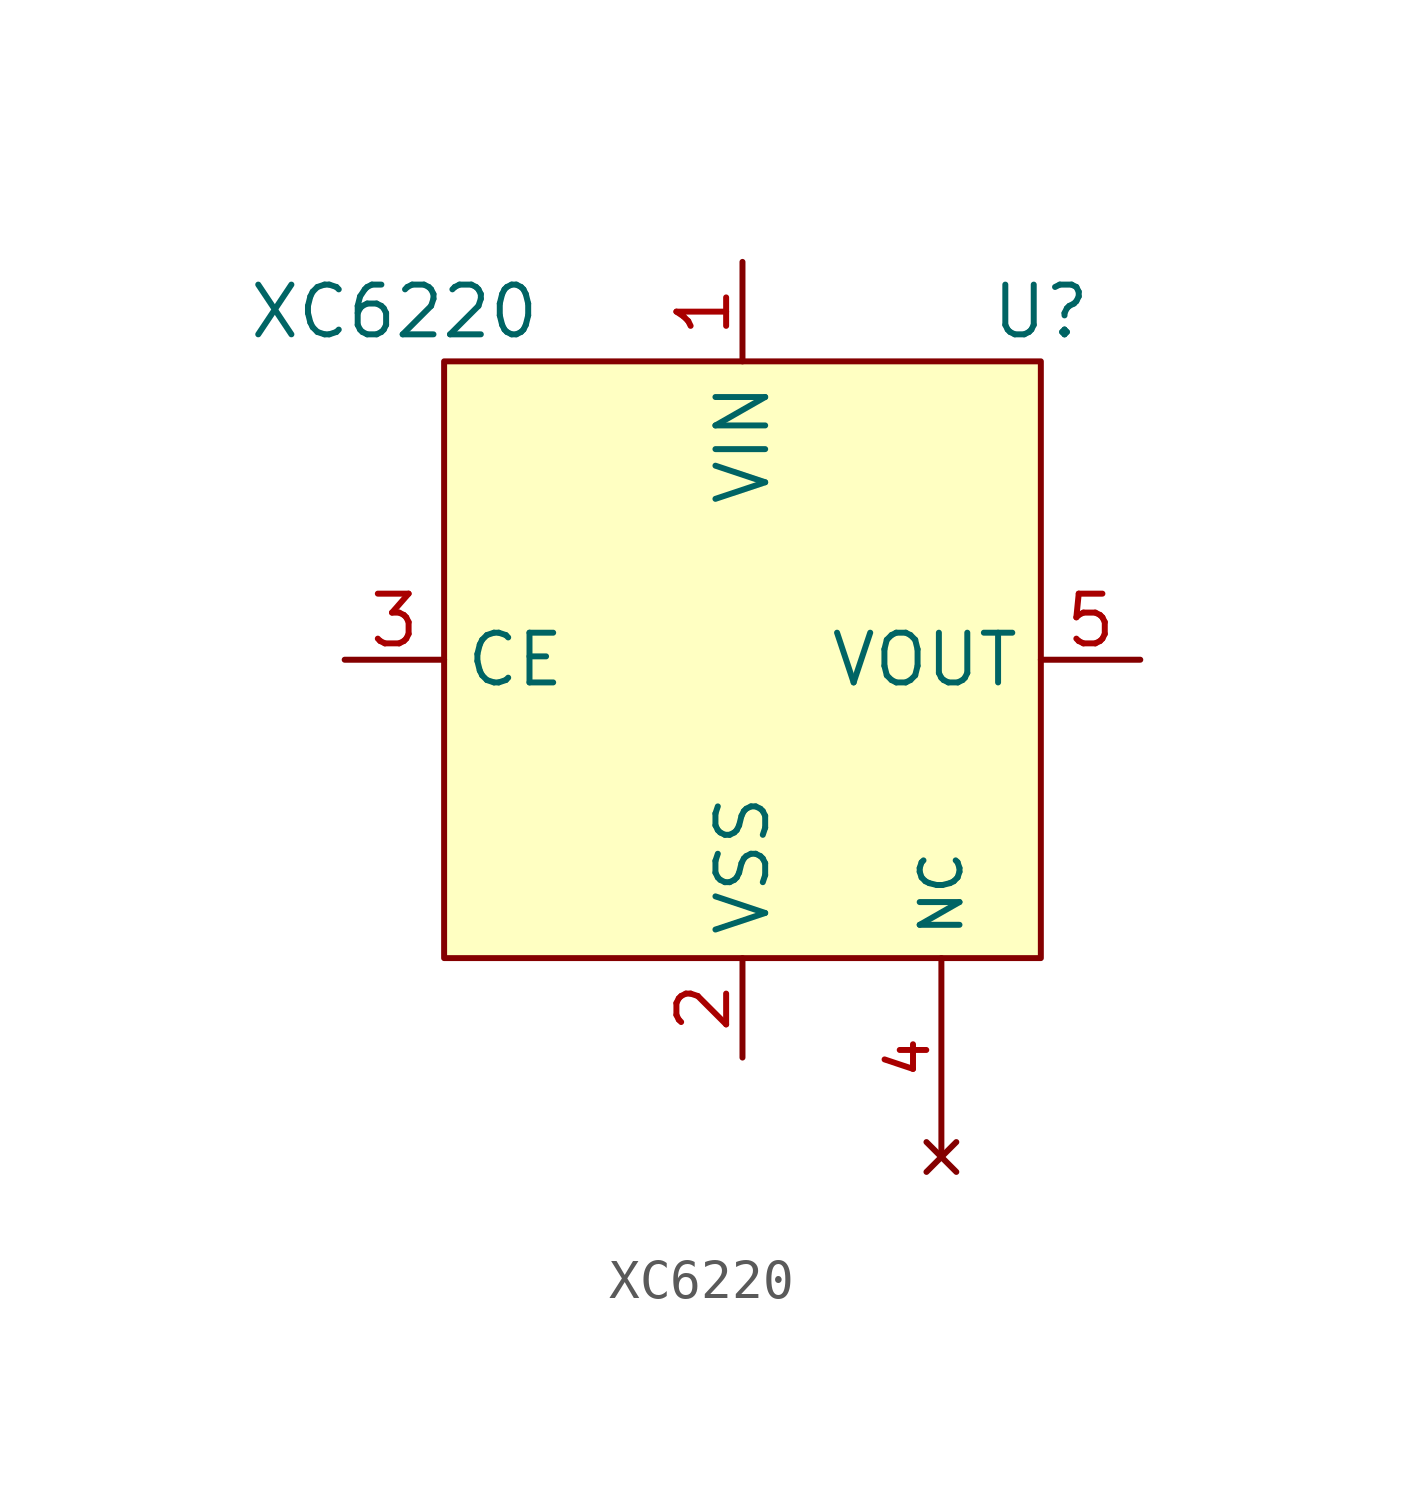
<source format=kicad_sym>
(kicad_symbol_lib
  (version 20220914)
  (generator kicad_symbol_editor)
  (symbol "XC6220"
    (property "Reference" "U"
      (at 7.62 1.27 0)
      (effects (font (size 1.27 1.27))))
    (property "Value" "XC6220"
      (at -8.89 1.27 0)
      (effects (font (size 1.27 1.27))))
    (symbol "XC6220_0_0"
      (pin no_connect line (at 5.08 -20.32 90) (length 5.08) (name "NC" (effects (font (size 1.016 1.016)))) (number "4" (effects (font (size 1.016 1.016))))))
    (symbol "XC6220_0_1"
      (rectangle (start -7.62 0) (end 7.62 -15.24) (stroke (width 0) (type default)) (fill (type background))))
    (symbol "XC6220_1_1"
      (pin power_in line (at 0 2.54 270) (length 2.54) (name "VIN" (effects (font (size 1.27 1.27)))) (number "1" (effects (font (size 1.27 1.27)))))
      (pin power_in line (at 0 -17.78 90) (length 2.54) (name "VSS" (effects (font (size 1.27 1.27)))) (number "2" (effects (font (size 1.27 1.27)))))
      (pin input line (at -10.16 -7.62 0) (length 2.54) (name "CE" (effects (font (size 1.27 1.27)))) (number "3" (effects (font (size 1.27 1.27)))))
      (pin power_out line (at 10.16 -7.62 180) (length 2.54) (name "VOUT" (effects (font (size 1.27 1.27)))) (number "5" (effects (font (size 1.27 1.27))))))))
</source>
